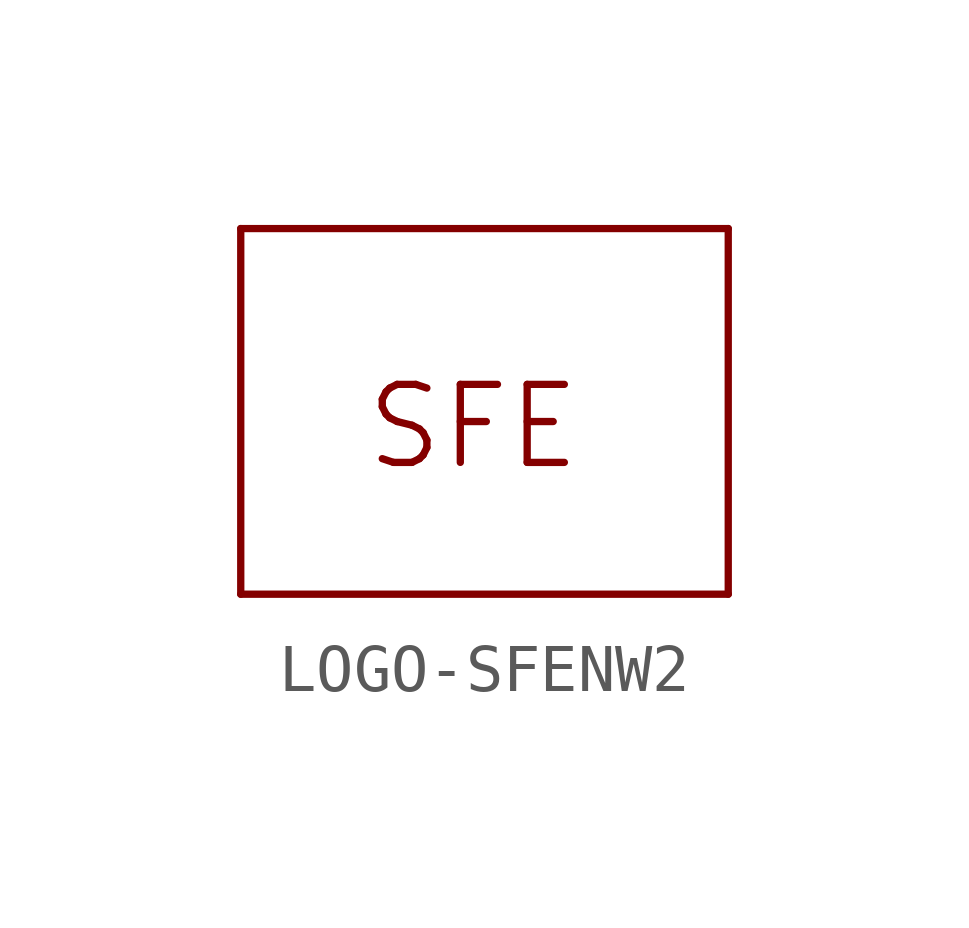
<source format=kicad_sym>
(kicad_symbol_lib
  (version 20211014)
  (generator kicad_symbol_editor)
  (symbol "LOGO-SFENW2"
    (pin_names
      (offset 1.016))
    (property "Reference" "LOGO"
      (at 0 0 0)
      (effects (font (size 1.27 1.27)) hide))
    (property "ki_locked" ""
      (at 0 0 0)
      (effects (font (size 1.27 1.27))))
    (symbol "LOGO-SFENW2_1_0"
      (polyline (pts (xy -2.54 -2.54) (xy 7.62 -2.54)) (stroke (width 0) (type default) (color 0 0 0 0)) (fill (type none)))
      (polyline (pts (xy -2.54 5.08) (xy -2.54 -2.54)) (stroke (width 0) (type default) (color 0 0 0 0)) (fill (type none)))
      (polyline (pts (xy 7.62 -2.54) (xy 7.62 5.08)) (stroke (width 0) (type default) (color 0 0 0 0)) (fill (type none)))
      (polyline (pts (xy 7.62 5.08) (xy -2.54 5.08)) (stroke (width 0) (type default) (color 0 0 0 0)) (fill (type none)))
      (text "SFE" (at 0 0 0) (effects (font (size 1.626 1.626)) (justify left bottom))))))
</source>
